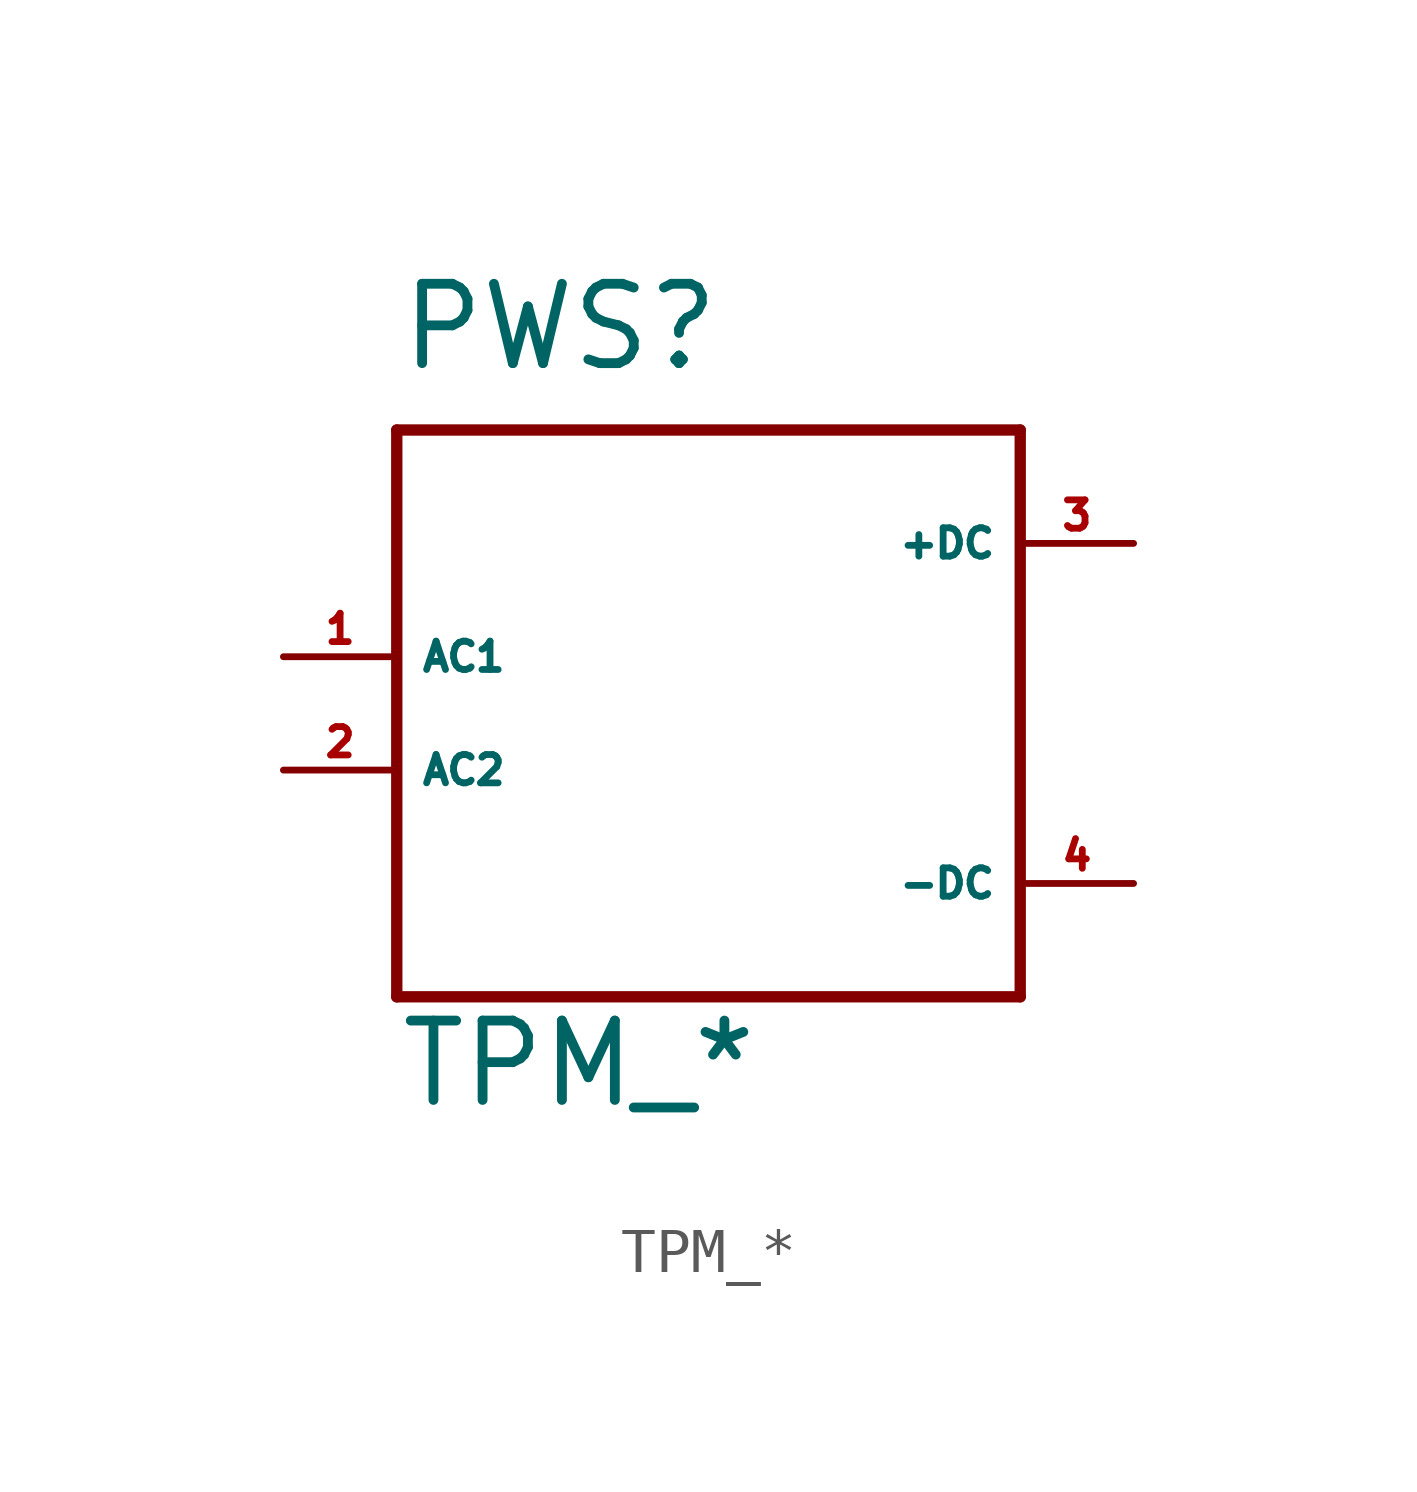
<source format=kicad_sym>
(kicad_symbol_lib
  (version 20220914)
  (generator Eagle2Kicad)
  (symbol "TPM_*"
    (property "Reference" "PWS"
      (at -7.62 8.89 0)
      (effects (font (size 1.778 1.778) (thickness 0.22)) (justify left bottom)))
    (property "Value" "TPM_*"
      (at -7.62 -7.62 0)
      (effects (font (size 1.778 1.778) (thickness 0.22)) (justify left bottom)))
    (polyline
      (pts (xy -7.62 7.62) (xy -7.62 -5.08))
      (stroke (width 0.254) (type default))
      (fill (type none)))
    (polyline
      (pts (xy -7.62 -5.08) (xy 6.35 -5.08))
      (stroke (width 0.254) (type default))
      (fill (type none)))
    (polyline
      (pts (xy 6.35 -5.08) (xy 6.35 7.62))
      (stroke (width 0.254) (type default))
      (fill (type none)))
    (polyline
      (pts (xy 6.35 7.62) (xy -7.62 7.62))
      (stroke (width 0.254) (type default))
      (fill (type none)))
    (pin input line
      (at -10.16 2.54 0)
      (length 2.54)
      (name "AC1" (effects (font (size 0.635 0.635) (thickness 0.08)) (justify left bottom)))
      (number "1" (effects (font (size 0.635 0.635) (thickness 0.08)) (justify left bottom))))
    (pin input line
      (at -10.16 0 0)
      (length 2.54)
      (name "AC2" (effects (font (size 0.635 0.635) (thickness 0.08)) (justify left bottom)))
      (number "2" (effects (font (size 0.635 0.635) (thickness 0.08)) (justify left bottom))))
    (pin passive line
      (at 8.89 5.08 180)
      (length 2.54)
      (name "+DC" (effects (font (size 0.635 0.635) (thickness 0.08)) (justify left bottom)))
      (number "3" (effects (font (size 0.635 0.635) (thickness 0.08)) (justify left bottom))))
    (pin passive line
      (at 8.89 -2.54 180)
      (length 2.54)
      (name "-DC" (effects (font (size 0.635 0.635) (thickness 0.08)) (justify left bottom)))
      (number "4" (effects (font (size 0.635 0.635) (thickness 0.08)) (justify left bottom))))))
</source>
